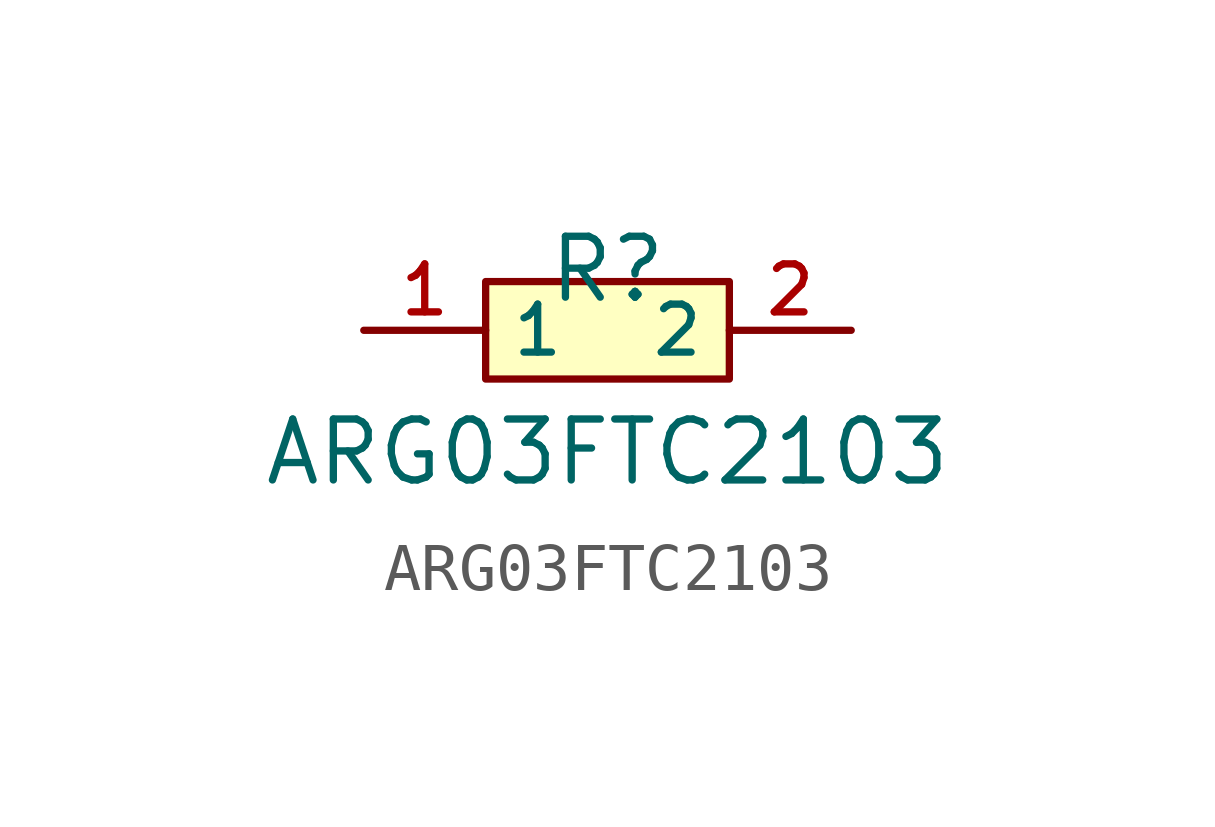
<source format=kicad_sym>
(kicad_symbol_lib
  (version 20210201)
  (generator TousstNicolas/JLC2KiCad_lib)
  (symbol "ARG03FTC2103"
    (property "Reference" "R"
      (at 0 1.27 0)
      (effects (font (size 1.27 1.27))))
    (property "Value" "ARG03FTC2103"
      (at 0 -2.54 0)
      (effects (font (size 1.27 1.27))))
    (symbol "ARG03FTC2103_0_1"
      (rectangle (start -2.54 1.016) (end 2.54 -1.016) (stroke (width 0) (type default) (color 0 0 0 0)) (fill (type background)))
      (pin unspecified line (at 5.08 -0.0 180) (length 2.54) (name "2" (effects (font (size 1 1)))) (number "2" (effects (font (size 1 1)))))
      (pin unspecified line (at -5.08 -0.0 0) (length 2.54) (name "1" (effects (font (size 1 1)))) (number "1" (effects (font (size 1 1))))))))
</source>
